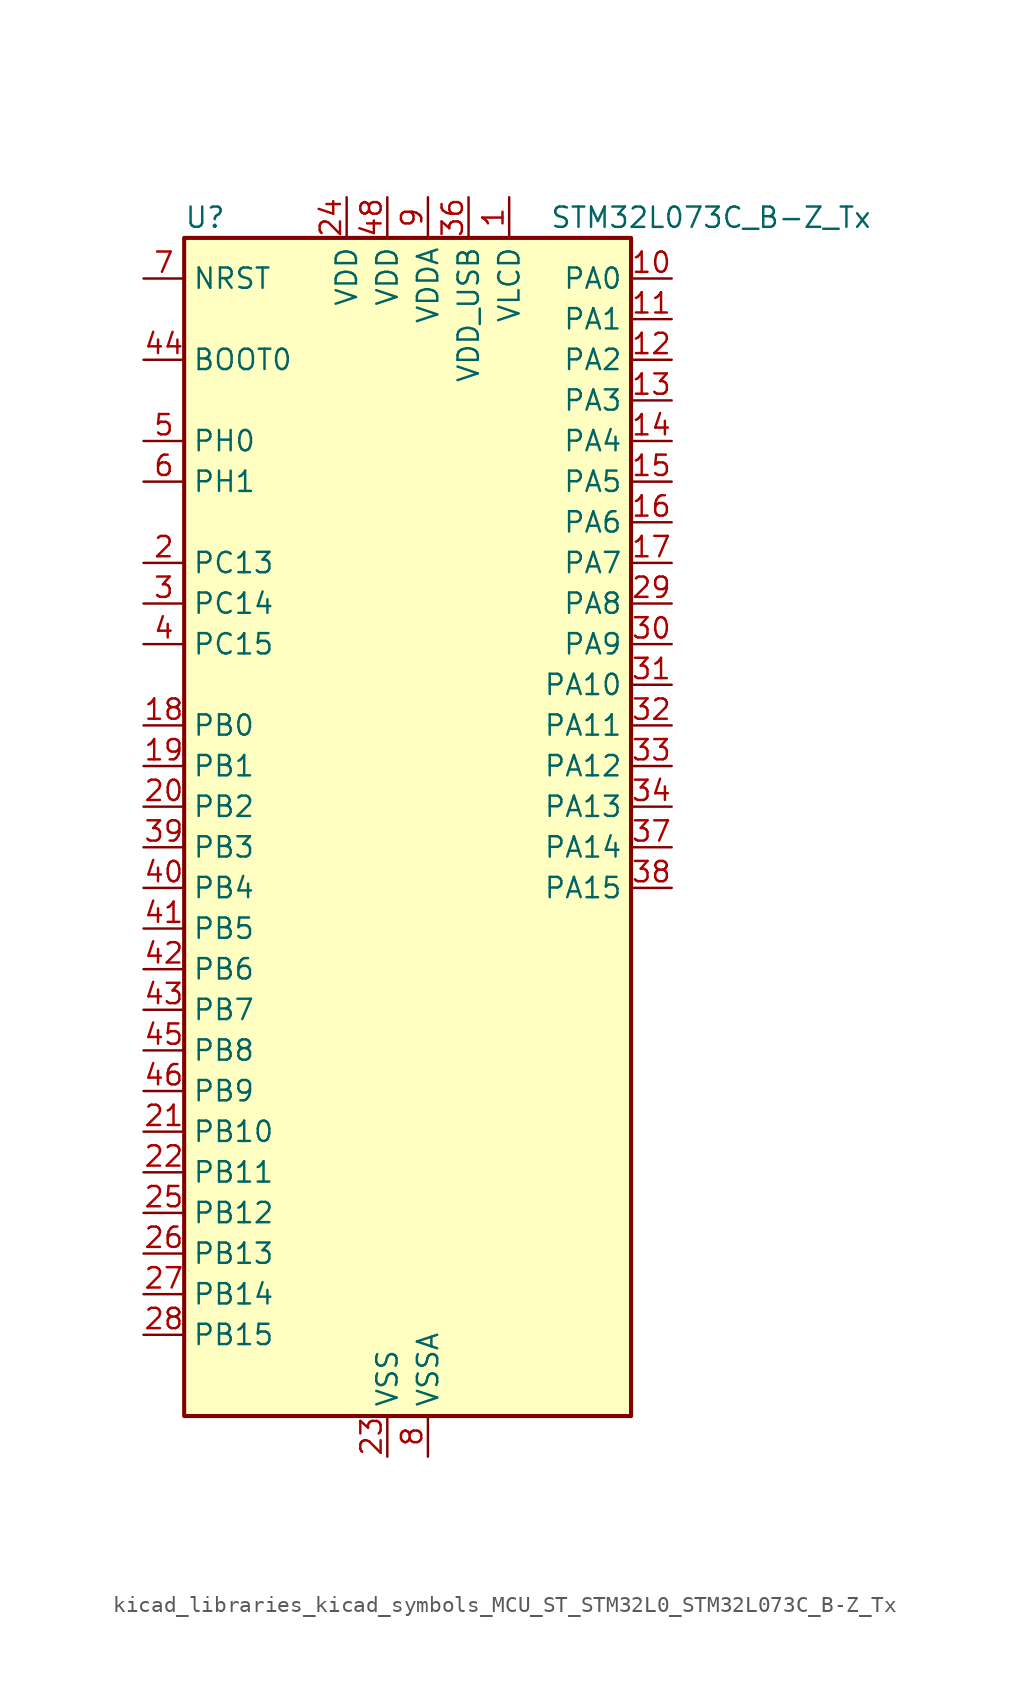
<source format=kicad_sym>
(kicad_symbol_lib
  (version 20220914)
  (generator kicad_symbol_editor)
  (symbol "kicad_libraries_kicad_symbols_MCU_ST_STM32L0_STM32L073C_B-Z_Tx"
    (property "Reference" "U"
      (at -12.7 39.37 0)
      (effects (font (size 1.27 1.27)) (justify left)))
    (property "Value" "STM32L073C_B-Z_Tx"
      (at 10.16 39.37 0)
      (effects (font (size 1.27 1.27)) (justify left)))
    (property "ki_locked" ""
      (at 0 0 0)
      (effects (font (size 1.27 1.27))))
    (symbol "kicad_libraries_kicad_symbols_MCU_ST_STM32L0_STM32L073C_B-Z_Tx_0_1"
      (rectangle (start -12.7 -35.56) (end 15.24 38.1) (stroke (width 0.254) (type default)) (fill (type background))))
    (symbol "kicad_libraries_kicad_symbols_MCU_ST_STM32L0_STM32L073C_B-Z_Tx_1_1"
      (pin power_in line (at 7.62 40.64 270) (length 2.54) (name "VLCD" (effects (font (size 1.27 1.27)))) (number "1" (effects (font (size 1.27 1.27)))))
      (pin bidirectional line (at 17.78 35.56 180) (length 2.54) (name "PA0" (effects (font (size 1.27 1.27)))) (number "10" (effects (font (size 1.27 1.27)))) (alternate "ADC_IN0" bidirectional line) (alternate "COMP1_INM" bidirectional line) (alternate "COMP1_OUT" bidirectional line) (alternate "RTC_TAMP2" bidirectional line) (alternate "SYS_WKUP1" bidirectional line) (alternate "TIM2_CH1" bidirectional line) (alternate "TIM2_ETR" bidirectional line) (alternate "TSC_G1_IO1" bidirectional line) (alternate "USART2_CTS" bidirectional line) (alternate "USART4_TX" bidirectional line))
      (pin bidirectional line (at 17.78 33.02 180) (length 2.54) (name "PA1" (effects (font (size 1.27 1.27)))) (number "11" (effects (font (size 1.27 1.27)))) (alternate "ADC_IN1" bidirectional line) (alternate "COMP1_INP" bidirectional line) (alternate "LCD_SEG0" bidirectional line) (alternate "TIM21_ETR" bidirectional line) (alternate "TIM2_CH2" bidirectional line) (alternate "TSC_G1_IO2" bidirectional line) (alternate "USART2_DE" bidirectional line) (alternate "USART2_RTS" bidirectional line) (alternate "USART4_RX" bidirectional line))
      (pin bidirectional line (at 17.78 30.48 180) (length 2.54) (name "PA2" (effects (font (size 1.27 1.27)))) (number "12" (effects (font (size 1.27 1.27)))) (alternate "ADC_IN2" bidirectional line) (alternate "COMP2_INM" bidirectional line) (alternate "COMP2_OUT" bidirectional line) (alternate "LCD_SEG1" bidirectional line) (alternate "LPUART1_TX" bidirectional line) (alternate "TIM21_CH1" bidirectional line) (alternate "TIM2_CH3" bidirectional line) (alternate "TSC_G1_IO3" bidirectional line) (alternate "USART2_TX" bidirectional line))
      (pin bidirectional line (at 17.78 27.94 180) (length 2.54) (name "PA3" (effects (font (size 1.27 1.27)))) (number "13" (effects (font (size 1.27 1.27)))) (alternate "ADC_IN3" bidirectional line) (alternate "COMP2_INP" bidirectional line) (alternate "LCD_SEG2" bidirectional line) (alternate "LPUART1_RX" bidirectional line) (alternate "TIM21_CH2" bidirectional line) (alternate "TIM2_CH4" bidirectional line) (alternate "TSC_G1_IO4" bidirectional line) (alternate "USART2_RX" bidirectional line))
      (pin bidirectional line (at 17.78 25.4 180) (length 2.54) (name "PA4" (effects (font (size 1.27 1.27)))) (number "14" (effects (font (size 1.27 1.27)))) (alternate "ADC_IN4" bidirectional line) (alternate "COMP1_INM" bidirectional line) (alternate "COMP2_INM" bidirectional line) (alternate "DAC_OUT1" bidirectional line) (alternate "SPI1_NSS" bidirectional line) (alternate "TIM22_ETR" bidirectional line) (alternate "TSC_G2_IO1" bidirectional line) (alternate "USART2_CK" bidirectional line))
      (pin bidirectional line (at 17.78 22.86 180) (length 2.54) (name "PA5" (effects (font (size 1.27 1.27)))) (number "15" (effects (font (size 1.27 1.27)))) (alternate "ADC_IN5" bidirectional line) (alternate "COMP1_INM" bidirectional line) (alternate "COMP2_INM" bidirectional line) (alternate "DAC_OUT2" bidirectional line) (alternate "SPI1_SCK" bidirectional line) (alternate "TIM2_CH1" bidirectional line) (alternate "TIM2_ETR" bidirectional line) (alternate "TSC_G2_IO2" bidirectional line))
      (pin bidirectional line (at 17.78 20.32 180) (length 2.54) (name "PA6" (effects (font (size 1.27 1.27)))) (number "16" (effects (font (size 1.27 1.27)))) (alternate "ADC_IN6" bidirectional line) (alternate "COMP1_OUT" bidirectional line) (alternate "LCD_SEG3" bidirectional line) (alternate "LPUART1_CTS" bidirectional line) (alternate "SPI1_MISO" bidirectional line) (alternate "TIM22_CH1" bidirectional line) (alternate "TIM3_CH1" bidirectional line) (alternate "TSC_G2_IO3" bidirectional line))
      (pin bidirectional line (at 17.78 17.78 180) (length 2.54) (name "PA7" (effects (font (size 1.27 1.27)))) (number "17" (effects (font (size 1.27 1.27)))) (alternate "ADC_IN7" bidirectional line) (alternate "COMP2_OUT" bidirectional line) (alternate "LCD_SEG4" bidirectional line) (alternate "SPI1_MOSI" bidirectional line) (alternate "TIM22_CH2" bidirectional line) (alternate "TIM3_CH2" bidirectional line) (alternate "TSC_G2_IO4" bidirectional line))
      (pin bidirectional line (at -15.24 7.62 0) (length 2.54) (name "PB0" (effects (font (size 1.27 1.27)))) (number "18" (effects (font (size 1.27 1.27)))) (alternate "ADC_IN8" bidirectional line) (alternate "LCD_SEG5" bidirectional line) (alternate "LCD_VLCD3" bidirectional line) (alternate "SYS_VREF_OUT_PB0" bidirectional line) (alternate "TIM3_CH3" bidirectional line) (alternate "TSC_G3_IO2" bidirectional line))
      (pin bidirectional line (at -15.24 5.08 0) (length 2.54) (name "PB1" (effects (font (size 1.27 1.27)))) (number "19" (effects (font (size 1.27 1.27)))) (alternate "ADC_IN9" bidirectional line) (alternate "LCD_SEG6" bidirectional line) (alternate "LPUART1_DE" bidirectional line) (alternate "LPUART1_RTS" bidirectional line) (alternate "SYS_VREF_OUT_PB1" bidirectional line) (alternate "TIM3_CH4" bidirectional line) (alternate "TSC_G3_IO3" bidirectional line))
      (pin bidirectional line (at -15.24 17.78 0) (length 2.54) (name "PC13" (effects (font (size 1.27 1.27)))) (number "2" (effects (font (size 1.27 1.27)))) (alternate "RTC_OUT_ALARM" bidirectional line) (alternate "RTC_OUT_CALIB" bidirectional line) (alternate "RTC_TAMP1" bidirectional line) (alternate "RTC_TS" bidirectional line) (alternate "SYS_WKUP2" bidirectional line))
      (pin bidirectional line (at -15.24 2.54 0) (length 2.54) (name "PB2" (effects (font (size 1.27 1.27)))) (number "20" (effects (font (size 1.27 1.27)))) (alternate "I2C3_SMBA" bidirectional line) (alternate "LCD_VLCD2" bidirectional line) (alternate "LPTIM1_OUT" bidirectional line) (alternate "TSC_G3_IO4" bidirectional line))
      (pin bidirectional line (at -15.24 -17.78 0) (length 2.54) (name "PB10" (effects (font (size 1.27 1.27)))) (number "21" (effects (font (size 1.27 1.27)))) (alternate "I2C2_SCL" bidirectional line) (alternate "LCD_SEG10" bidirectional line) (alternate "LPUART1_RX" bidirectional line) (alternate "LPUART1_TX" bidirectional line) (alternate "SPI2_SCK" bidirectional line) (alternate "TIM2_CH3" bidirectional line) (alternate "TSC_SYNC" bidirectional line))
      (pin bidirectional line (at -15.24 -20.32 0) (length 2.54) (name "PB11" (effects (font (size 1.27 1.27)))) (number "22" (effects (font (size 1.27 1.27)))) (alternate "ADC_EXTI11" bidirectional line) (alternate "I2C2_SDA" bidirectional line) (alternate "LCD_SEG11" bidirectional line) (alternate "LPUART1_RX" bidirectional line) (alternate "LPUART1_TX" bidirectional line) (alternate "TIM2_CH4" bidirectional line) (alternate "TSC_G6_IO1" bidirectional line))
      (pin power_in line (at 0 -38.1 90) (length 2.54) (name "VSS" (effects (font (size 1.27 1.27)))) (number "23" (effects (font (size 1.27 1.27)))))
      (pin power_in line (at -2.54 40.64 270) (length 2.54) (name "VDD" (effects (font (size 1.27 1.27)))) (number "24" (effects (font (size 1.27 1.27)))))
      (pin bidirectional line (at -15.24 -22.86 0) (length 2.54) (name "PB12" (effects (font (size 1.27 1.27)))) (number "25" (effects (font (size 1.27 1.27)))) (alternate "I2S2_WS" bidirectional line) (alternate "LCD_SEG12" bidirectional line) (alternate "LCD_VLCD2" bidirectional line) (alternate "LPUART1_DE" bidirectional line) (alternate "LPUART1_RTS" bidirectional line) (alternate "SPI2_NSS" bidirectional line) (alternate "TSC_G6_IO2" bidirectional line))
      (pin bidirectional line (at -15.24 -25.4 0) (length 2.54) (name "PB13" (effects (font (size 1.27 1.27)))) (number "26" (effects (font (size 1.27 1.27)))) (alternate "I2C2_SCL" bidirectional line) (alternate "I2S2_CK" bidirectional line) (alternate "LCD_SEG13" bidirectional line) (alternate "LPUART1_CTS" bidirectional line) (alternate "RCC_MCO" bidirectional line) (alternate "SPI2_SCK" bidirectional line) (alternate "TIM21_CH1" bidirectional line) (alternate "TSC_G6_IO3" bidirectional line))
      (pin bidirectional line (at -15.24 -27.94 0) (length 2.54) (name "PB14" (effects (font (size 1.27 1.27)))) (number "27" (effects (font (size 1.27 1.27)))) (alternate "I2C2_SDA" bidirectional line) (alternate "I2S2_MCK" bidirectional line) (alternate "LCD_SEG14" bidirectional line) (alternate "LPUART1_DE" bidirectional line) (alternate "LPUART1_RTS" bidirectional line) (alternate "RTC_OUT_ALARM" bidirectional line) (alternate "RTC_OUT_CALIB" bidirectional line) (alternate "SPI2_MISO" bidirectional line) (alternate "TIM21_CH2" bidirectional line) (alternate "TSC_G6_IO4" bidirectional line))
      (pin bidirectional line (at -15.24 -30.48 0) (length 2.54) (name "PB15" (effects (font (size 1.27 1.27)))) (number "28" (effects (font (size 1.27 1.27)))) (alternate "I2S2_SD" bidirectional line) (alternate "LCD_SEG15" bidirectional line) (alternate "RTC_REFIN" bidirectional line) (alternate "SPI2_MOSI" bidirectional line))
      (pin bidirectional line (at 17.78 15.24 180) (length 2.54) (name "PA8" (effects (font (size 1.27 1.27)))) (number "29" (effects (font (size 1.27 1.27)))) (alternate "CRS_SYNC" bidirectional line) (alternate "I2C3_SCL" bidirectional line) (alternate "LCD_COM0" bidirectional line) (alternate "RCC_MCO" bidirectional line) (alternate "USART1_CK" bidirectional line))
      (pin bidirectional line (at -15.24 15.24 0) (length 2.54) (name "PC14" (effects (font (size 1.27 1.27)))) (number "3" (effects (font (size 1.27 1.27)))) (alternate "RCC_OSC32_IN" bidirectional line))
      (pin bidirectional line (at 17.78 12.7 180) (length 2.54) (name "PA9" (effects (font (size 1.27 1.27)))) (number "30" (effects (font (size 1.27 1.27)))) (alternate "DAC_EXTI9" bidirectional line) (alternate "I2C1_SCL" bidirectional line) (alternate "I2C3_SMBA" bidirectional line) (alternate "LCD_COM1" bidirectional line) (alternate "RCC_MCO" bidirectional line) (alternate "TSC_G4_IO1" bidirectional line) (alternate "USART1_TX" bidirectional line))
      (pin bidirectional line (at 17.78 10.16 180) (length 2.54) (name "PA10" (effects (font (size 1.27 1.27)))) (number "31" (effects (font (size 1.27 1.27)))) (alternate "I2C1_SDA" bidirectional line) (alternate "LCD_COM2" bidirectional line) (alternate "TSC_G4_IO2" bidirectional line) (alternate "USART1_RX" bidirectional line))
      (pin bidirectional line (at 17.78 7.62 180) (length 2.54) (name "PA11" (effects (font (size 1.27 1.27)))) (number "32" (effects (font (size 1.27 1.27)))) (alternate "ADC_EXTI11" bidirectional line) (alternate "COMP1_OUT" bidirectional line) (alternate "SPI1_MISO" bidirectional line) (alternate "TSC_G4_IO3" bidirectional line) (alternate "USART1_CTS" bidirectional line) (alternate "USB_DM" bidirectional line))
      (pin bidirectional line (at 17.78 5.08 180) (length 2.54) (name "PA12" (effects (font (size 1.27 1.27)))) (number "33" (effects (font (size 1.27 1.27)))) (alternate "COMP2_OUT" bidirectional line) (alternate "SPI1_MOSI" bidirectional line) (alternate "TSC_G4_IO4" bidirectional line) (alternate "USART1_DE" bidirectional line) (alternate "USART1_RTS" bidirectional line) (alternate "USB_DP" bidirectional line))
      (pin bidirectional line (at 17.78 2.54 180) (length 2.54) (name "PA13" (effects (font (size 1.27 1.27)))) (number "34" (effects (font (size 1.27 1.27)))) (alternate "LPUART1_RX" bidirectional line) (alternate "SYS_SWDIO" bidirectional line) (alternate "USB_NOE" bidirectional line))
      (pin passive line (at 0 -38.1 90) (length 2.54) hide (name "VSS" (effects (font (size 1.27 1.27)))) (number "35" (effects (font (size 1.27 1.27)))))
      (pin power_in line (at 5.08 40.64 270) (length 2.54) (name "VDD_USB" (effects (font (size 1.27 1.27)))) (number "36" (effects (font (size 1.27 1.27)))))
      (pin bidirectional line (at 17.78 0 180) (length 2.54) (name "PA14" (effects (font (size 1.27 1.27)))) (number "37" (effects (font (size 1.27 1.27)))) (alternate "LPUART1_TX" bidirectional line) (alternate "SYS_SWCLK" bidirectional line) (alternate "USART2_TX" bidirectional line))
      (pin bidirectional line (at 17.78 -2.54 180) (length 2.54) (name "PA15" (effects (font (size 1.27 1.27)))) (number "38" (effects (font (size 1.27 1.27)))) (alternate "LCD_SEG17" bidirectional line) (alternate "SPI1_NSS" bidirectional line) (alternate "TIM2_CH1" bidirectional line) (alternate "TIM2_ETR" bidirectional line) (alternate "USART2_RX" bidirectional line) (alternate "USART4_DE" bidirectional line) (alternate "USART4_RTS" bidirectional line))
      (pin bidirectional line (at -15.24 0 0) (length 2.54) (name "PB3" (effects (font (size 1.27 1.27)))) (number "39" (effects (font (size 1.27 1.27)))) (alternate "COMP2_INM" bidirectional line) (alternate "LCD_SEG7" bidirectional line) (alternate "SPI1_SCK" bidirectional line) (alternate "TIM2_CH2" bidirectional line) (alternate "TSC_G5_IO1" bidirectional line) (alternate "USART1_DE" bidirectional line) (alternate "USART1_RTS" bidirectional line) (alternate "USART5_TX" bidirectional line))
      (pin bidirectional line (at -15.24 12.7 0) (length 2.54) (name "PC15" (effects (font (size 1.27 1.27)))) (number "4" (effects (font (size 1.27 1.27)))) (alternate "RCC_OSC32_OUT" bidirectional line))
      (pin bidirectional line (at -15.24 -2.54 0) (length 2.54) (name "PB4" (effects (font (size 1.27 1.27)))) (number "40" (effects (font (size 1.27 1.27)))) (alternate "COMP2_INP" bidirectional line) (alternate "I2C3_SDA" bidirectional line) (alternate "LCD_SEG8" bidirectional line) (alternate "SPI1_MISO" bidirectional line) (alternate "TIM22_CH1" bidirectional line) (alternate "TIM3_CH1" bidirectional line) (alternate "TSC_G5_IO2" bidirectional line) (alternate "USART1_CTS" bidirectional line) (alternate "USART5_RX" bidirectional line))
      (pin bidirectional line (at -15.24 -5.08 0) (length 2.54) (name "PB5" (effects (font (size 1.27 1.27)))) (number "41" (effects (font (size 1.27 1.27)))) (alternate "COMP2_INP" bidirectional line) (alternate "I2C1_SMBA" bidirectional line) (alternate "LCD_SEG9" bidirectional line) (alternate "LPTIM1_IN1" bidirectional line) (alternate "SPI1_MOSI" bidirectional line) (alternate "TIM22_CH2" bidirectional line) (alternate "TIM3_CH2" bidirectional line) (alternate "USART1_CK" bidirectional line) (alternate "USART5_CK" bidirectional line) (alternate "USART5_DE" bidirectional line) (alternate "USART5_RTS" bidirectional line))
      (pin bidirectional line (at -15.24 -7.62 0) (length 2.54) (name "PB6" (effects (font (size 1.27 1.27)))) (number "42" (effects (font (size 1.27 1.27)))) (alternate "COMP2_INP" bidirectional line) (alternate "I2C1_SCL" bidirectional line) (alternate "LPTIM1_ETR" bidirectional line) (alternate "TSC_G5_IO3" bidirectional line) (alternate "USART1_TX" bidirectional line))
      (pin bidirectional line (at -15.24 -10.16 0) (length 2.54) (name "PB7" (effects (font (size 1.27 1.27)))) (number "43" (effects (font (size 1.27 1.27)))) (alternate "COMP2_INP" bidirectional line) (alternate "I2C1_SDA" bidirectional line) (alternate "LPTIM1_IN2" bidirectional line) (alternate "SYS_PVD_IN" bidirectional line) (alternate "TSC_G5_IO4" bidirectional line) (alternate "USART1_RX" bidirectional line) (alternate "USART4_CTS" bidirectional line))
      (pin input line (at -15.24 30.48 0) (length 2.54) (name "BOOT0" (effects (font (size 1.27 1.27)))) (number "44" (effects (font (size 1.27 1.27)))))
      (pin bidirectional line (at -15.24 -12.7 0) (length 2.54) (name "PB8" (effects (font (size 1.27 1.27)))) (number "45" (effects (font (size 1.27 1.27)))) (alternate "I2C1_SCL" bidirectional line) (alternate "LCD_SEG16" bidirectional line) (alternate "TSC_SYNC" bidirectional line))
      (pin bidirectional line (at -15.24 -15.24 0) (length 2.54) (name "PB9" (effects (font (size 1.27 1.27)))) (number "46" (effects (font (size 1.27 1.27)))) (alternate "DAC_EXTI9" bidirectional line) (alternate "I2C1_SDA" bidirectional line) (alternate "I2S2_WS" bidirectional line) (alternate "LCD_COM3" bidirectional line) (alternate "SPI2_NSS" bidirectional line))
      (pin passive line (at 0 -38.1 90) (length 2.54) hide (name "VSS" (effects (font (size 1.27 1.27)))) (number "47" (effects (font (size 1.27 1.27)))))
      (pin power_in line (at 0 40.64 270) (length 2.54) (name "VDD" (effects (font (size 1.27 1.27)))) (number "48" (effects (font (size 1.27 1.27)))))
      (pin bidirectional line (at -15.24 25.4 0) (length 2.54) (name "PH0" (effects (font (size 1.27 1.27)))) (number "5" (effects (font (size 1.27 1.27)))) (alternate "CRS_SYNC" bidirectional line) (alternate "RCC_OSC_IN" bidirectional line))
      (pin bidirectional line (at -15.24 22.86 0) (length 2.54) (name "PH1" (effects (font (size 1.27 1.27)))) (number "6" (effects (font (size 1.27 1.27)))) (alternate "RCC_OSC_OUT" bidirectional line))
      (pin input line (at -15.24 35.56 0) (length 2.54) (name "NRST" (effects (font (size 1.27 1.27)))) (number "7" (effects (font (size 1.27 1.27)))))
      (pin power_in line (at 2.54 -38.1 90) (length 2.54) (name "VSSA" (effects (font (size 1.27 1.27)))) (number "8" (effects (font (size 1.27 1.27)))))
      (pin power_in line (at 2.54 40.64 270) (length 2.54) (name "VDDA" (effects (font (size 1.27 1.27)))) (number "9" (effects (font (size 1.27 1.27))))))))
</source>
